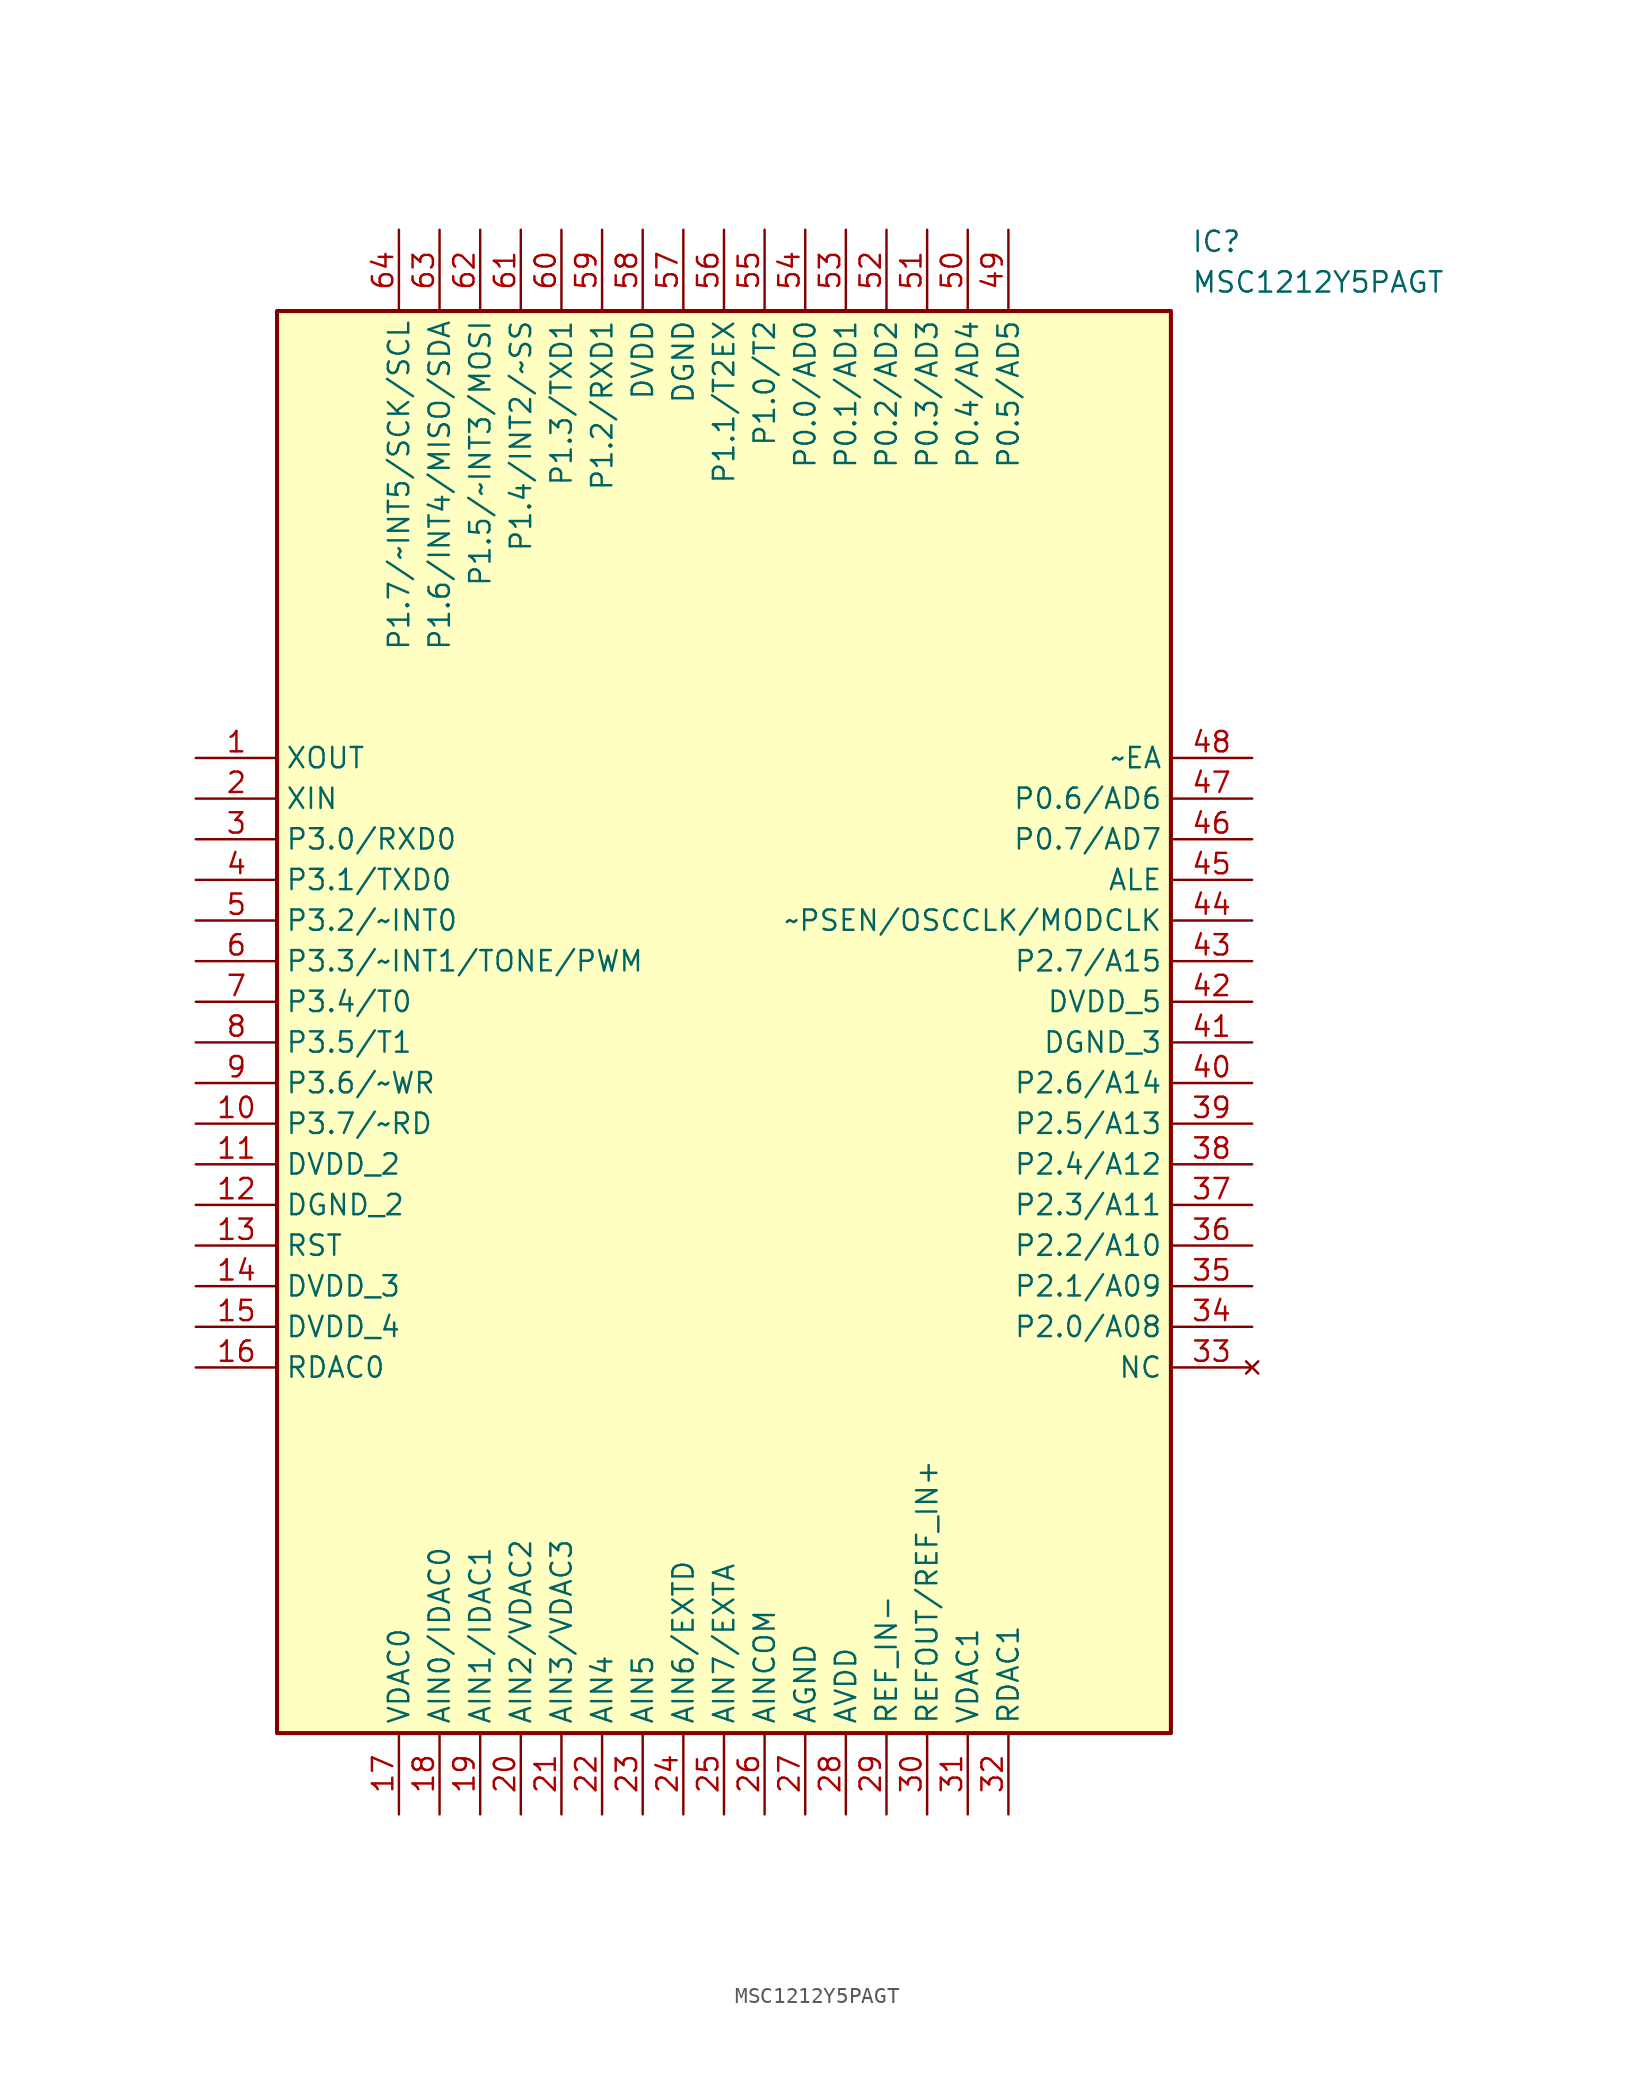
<source format=kicad_sym>
(kicad_symbol_lib
  (version 20211014)
  (generator SamacSys_ECAD_Model)
  (symbol "MSC1212Y5PAGT"
    (property "Reference" "IC"
      (at 62.23 33.02 0)
      (effects (font (size 1.27 1.27)) (justify left top)))
    (property "Value" "MSC1212Y5PAGT"
      (at 62.23 30.48 0)
      (effects (font (size 1.27 1.27)) (justify left top)))
    (rectangle
      (start 5.08 27.94)
      (end 60.96 -60.96)
      (stroke (width 0.254) (type default))
      (fill (type background)))
    (pin passive line
      (at 0 0 0)
      (length 5.08)
      (name "XOUT" (effects (font (size 1.27 1.27))))
      (number "1" (effects (font (size 1.27 1.27)))))
    (pin passive line
      (at 0 -2.54 0)
      (length 5.08)
      (name "XIN" (effects (font (size 1.27 1.27))))
      (number "2" (effects (font (size 1.27 1.27)))))
    (pin passive line
      (at 0 -5.08 0)
      (length 5.08)
      (name "P3.0/RXD0" (effects (font (size 1.27 1.27))))
      (number "3" (effects (font (size 1.27 1.27)))))
    (pin passive line
      (at 0 -7.62 0)
      (length 5.08)
      (name "P3.1/TXD0" (effects (font (size 1.27 1.27))))
      (number "4" (effects (font (size 1.27 1.27)))))
    (pin passive line
      (at 0 -10.16 0)
      (length 5.08)
      (name "P3.2/~INT0" (effects (font (size 1.27 1.27))))
      (number "5" (effects (font (size 1.27 1.27)))))
    (pin passive line
      (at 0 -12.7 0)
      (length 5.08)
      (name "P3.3/~INT1/TONE/PWM" (effects (font (size 1.27 1.27))))
      (number "6" (effects (font (size 1.27 1.27)))))
    (pin passive line
      (at 0 -15.24 0)
      (length 5.08)
      (name "P3.4/T0" (effects (font (size 1.27 1.27))))
      (number "7" (effects (font (size 1.27 1.27)))))
    (pin passive line
      (at 0 -17.78 0)
      (length 5.08)
      (name "P3.5/T1" (effects (font (size 1.27 1.27))))
      (number "8" (effects (font (size 1.27 1.27)))))
    (pin passive line
      (at 0 -20.32 0)
      (length 5.08)
      (name "P3.6/~WR" (effects (font (size 1.27 1.27))))
      (number "9" (effects (font (size 1.27 1.27)))))
    (pin passive line
      (at 0 -22.86 0)
      (length 5.08)
      (name "P3.7/~RD" (effects (font (size 1.27 1.27))))
      (number "10" (effects (font (size 1.27 1.27)))))
    (pin passive line
      (at 0 -25.4 0)
      (length 5.08)
      (name "DVDD_2" (effects (font (size 1.27 1.27))))
      (number "11" (effects (font (size 1.27 1.27)))))
    (pin passive line
      (at 0 -27.94 0)
      (length 5.08)
      (name "DGND_2" (effects (font (size 1.27 1.27))))
      (number "12" (effects (font (size 1.27 1.27)))))
    (pin passive line
      (at 0 -30.48 0)
      (length 5.08)
      (name "RST" (effects (font (size 1.27 1.27))))
      (number "13" (effects (font (size 1.27 1.27)))))
    (pin passive line
      (at 0 -33.02 0)
      (length 5.08)
      (name "DVDD_3" (effects (font (size 1.27 1.27))))
      (number "14" (effects (font (size 1.27 1.27)))))
    (pin passive line
      (at 0 -35.56 0)
      (length 5.08)
      (name "DVDD_4" (effects (font (size 1.27 1.27))))
      (number "15" (effects (font (size 1.27 1.27)))))
    (pin passive line
      (at 0 -38.1 0)
      (length 5.08)
      (name "RDAC0" (effects (font (size 1.27 1.27))))
      (number "16" (effects (font (size 1.27 1.27)))))
    (pin passive line
      (at 12.7 -66.04 90)
      (length 5.08)
      (name "VDAC0" (effects (font (size 1.27 1.27))))
      (number "17" (effects (font (size 1.27 1.27)))))
    (pin passive line
      (at 15.24 -66.04 90)
      (length 5.08)
      (name "AIN0/IDAC0" (effects (font (size 1.27 1.27))))
      (number "18" (effects (font (size 1.27 1.27)))))
    (pin passive line
      (at 17.78 -66.04 90)
      (length 5.08)
      (name "AIN1/IDAC1" (effects (font (size 1.27 1.27))))
      (number "19" (effects (font (size 1.27 1.27)))))
    (pin passive line
      (at 20.32 -66.04 90)
      (length 5.08)
      (name "AIN2/VDAC2" (effects (font (size 1.27 1.27))))
      (number "20" (effects (font (size 1.27 1.27)))))
    (pin passive line
      (at 22.86 -66.04 90)
      (length 5.08)
      (name "AIN3/VDAC3" (effects (font (size 1.27 1.27))))
      (number "21" (effects (font (size 1.27 1.27)))))
    (pin passive line
      (at 25.4 -66.04 90)
      (length 5.08)
      (name "AIN4" (effects (font (size 1.27 1.27))))
      (number "22" (effects (font (size 1.27 1.27)))))
    (pin passive line
      (at 27.94 -66.04 90)
      (length 5.08)
      (name "AIN5" (effects (font (size 1.27 1.27))))
      (number "23" (effects (font (size 1.27 1.27)))))
    (pin passive line
      (at 30.48 -66.04 90)
      (length 5.08)
      (name "AIN6/EXTD" (effects (font (size 1.27 1.27))))
      (number "24" (effects (font (size 1.27 1.27)))))
    (pin passive line
      (at 33.02 -66.04 90)
      (length 5.08)
      (name "AIN7/EXTA" (effects (font (size 1.27 1.27))))
      (number "25" (effects (font (size 1.27 1.27)))))
    (pin passive line
      (at 35.56 -66.04 90)
      (length 5.08)
      (name "AINCOM" (effects (font (size 1.27 1.27))))
      (number "26" (effects (font (size 1.27 1.27)))))
    (pin passive line
      (at 38.1 -66.04 90)
      (length 5.08)
      (name "AGND" (effects (font (size 1.27 1.27))))
      (number "27" (effects (font (size 1.27 1.27)))))
    (pin passive line
      (at 40.64 -66.04 90)
      (length 5.08)
      (name "AVDD" (effects (font (size 1.27 1.27))))
      (number "28" (effects (font (size 1.27 1.27)))))
    (pin passive line
      (at 43.18 -66.04 90)
      (length 5.08)
      (name "REF_IN-" (effects (font (size 1.27 1.27))))
      (number "29" (effects (font (size 1.27 1.27)))))
    (pin passive line
      (at 45.72 -66.04 90)
      (length 5.08)
      (name "REFOUT/REF_IN+" (effects (font (size 1.27 1.27))))
      (number "30" (effects (font (size 1.27 1.27)))))
    (pin passive line
      (at 48.26 -66.04 90)
      (length 5.08)
      (name "VDAC1" (effects (font (size 1.27 1.27))))
      (number "31" (effects (font (size 1.27 1.27)))))
    (pin passive line
      (at 50.8 -66.04 90)
      (length 5.08)
      (name "RDAC1" (effects (font (size 1.27 1.27))))
      (number "32" (effects (font (size 1.27 1.27)))))
    (pin no_connect line
      (at 66.04 -38.1 180)
      (length 5.08)
      (name "NC" (effects (font (size 1.27 1.27))))
      (number "33" (effects (font (size 1.27 1.27)))))
    (pin passive line
      (at 66.04 -35.56 180)
      (length 5.08)
      (name "P2.0/A08" (effects (font (size 1.27 1.27))))
      (number "34" (effects (font (size 1.27 1.27)))))
    (pin passive line
      (at 66.04 -33.02 180)
      (length 5.08)
      (name "P2.1/A09" (effects (font (size 1.27 1.27))))
      (number "35" (effects (font (size 1.27 1.27)))))
    (pin passive line
      (at 66.04 -30.48 180)
      (length 5.08)
      (name "P2.2/A10" (effects (font (size 1.27 1.27))))
      (number "36" (effects (font (size 1.27 1.27)))))
    (pin passive line
      (at 66.04 -27.94 180)
      (length 5.08)
      (name "P2.3/A11" (effects (font (size 1.27 1.27))))
      (number "37" (effects (font (size 1.27 1.27)))))
    (pin passive line
      (at 66.04 -25.4 180)
      (length 5.08)
      (name "P2.4/A12" (effects (font (size 1.27 1.27))))
      (number "38" (effects (font (size 1.27 1.27)))))
    (pin passive line
      (at 66.04 -22.86 180)
      (length 5.08)
      (name "P2.5/A13" (effects (font (size 1.27 1.27))))
      (number "39" (effects (font (size 1.27 1.27)))))
    (pin passive line
      (at 66.04 -20.32 180)
      (length 5.08)
      (name "P2.6/A14" (effects (font (size 1.27 1.27))))
      (number "40" (effects (font (size 1.27 1.27)))))
    (pin passive line
      (at 66.04 -17.78 180)
      (length 5.08)
      (name "DGND_3" (effects (font (size 1.27 1.27))))
      (number "41" (effects (font (size 1.27 1.27)))))
    (pin passive line
      (at 66.04 -15.24 180)
      (length 5.08)
      (name "DVDD_5" (effects (font (size 1.27 1.27))))
      (number "42" (effects (font (size 1.27 1.27)))))
    (pin passive line
      (at 66.04 -12.7 180)
      (length 5.08)
      (name "P2.7/A15" (effects (font (size 1.27 1.27))))
      (number "43" (effects (font (size 1.27 1.27)))))
    (pin passive line
      (at 66.04 -10.16 180)
      (length 5.08)
      (name "~PSEN/OSCCLK/MODCLK" (effects (font (size 1.27 1.27))))
      (number "44" (effects (font (size 1.27 1.27)))))
    (pin passive line
      (at 66.04 -7.62 180)
      (length 5.08)
      (name "ALE" (effects (font (size 1.27 1.27))))
      (number "45" (effects (font (size 1.27 1.27)))))
    (pin passive line
      (at 66.04 -5.08 180)
      (length 5.08)
      (name "P0.7/AD7" (effects (font (size 1.27 1.27))))
      (number "46" (effects (font (size 1.27 1.27)))))
    (pin passive line
      (at 66.04 -2.54 180)
      (length 5.08)
      (name "P0.6/AD6" (effects (font (size 1.27 1.27))))
      (number "47" (effects (font (size 1.27 1.27)))))
    (pin passive line
      (at 66.04 0 180)
      (length 5.08)
      (name "~EA" (effects (font (size 1.27 1.27))))
      (number "48" (effects (font (size 1.27 1.27)))))
    (pin passive line
      (at 50.8 33.02 270)
      (length 5.08)
      (name "P0.5/AD5" (effects (font (size 1.27 1.27))))
      (number "49" (effects (font (size 1.27 1.27)))))
    (pin passive line
      (at 48.26 33.02 270)
      (length 5.08)
      (name "P0.4/AD4" (effects (font (size 1.27 1.27))))
      (number "50" (effects (font (size 1.27 1.27)))))
    (pin passive line
      (at 45.72 33.02 270)
      (length 5.08)
      (name "P0.3/AD3" (effects (font (size 1.27 1.27))))
      (number "51" (effects (font (size 1.27 1.27)))))
    (pin passive line
      (at 43.18 33.02 270)
      (length 5.08)
      (name "P0.2/AD2" (effects (font (size 1.27 1.27))))
      (number "52" (effects (font (size 1.27 1.27)))))
    (pin passive line
      (at 40.64 33.02 270)
      (length 5.08)
      (name "P0.1/AD1" (effects (font (size 1.27 1.27))))
      (number "53" (effects (font (size 1.27 1.27)))))
    (pin passive line
      (at 38.1 33.02 270)
      (length 5.08)
      (name "P0.0/AD0" (effects (font (size 1.27 1.27))))
      (number "54" (effects (font (size 1.27 1.27)))))
    (pin passive line
      (at 35.56 33.02 270)
      (length 5.08)
      (name "P1.0/T2" (effects (font (size 1.27 1.27))))
      (number "55" (effects (font (size 1.27 1.27)))))
    (pin passive line
      (at 33.02 33.02 270)
      (length 5.08)
      (name "P1.1/T2EX" (effects (font (size 1.27 1.27))))
      (number "56" (effects (font (size 1.27 1.27)))))
    (pin passive line
      (at 30.48 33.02 270)
      (length 5.08)
      (name "DGND" (effects (font (size 1.27 1.27))))
      (number "57" (effects (font (size 1.27 1.27)))))
    (pin passive line
      (at 27.94 33.02 270)
      (length 5.08)
      (name "DVDD" (effects (font (size 1.27 1.27))))
      (number "58" (effects (font (size 1.27 1.27)))))
    (pin passive line
      (at 25.4 33.02 270)
      (length 5.08)
      (name "P1.2/RXD1" (effects (font (size 1.27 1.27))))
      (number "59" (effects (font (size 1.27 1.27)))))
    (pin passive line
      (at 22.86 33.02 270)
      (length 5.08)
      (name "P1.3/TXD1" (effects (font (size 1.27 1.27))))
      (number "60" (effects (font (size 1.27 1.27)))))
    (pin passive line
      (at 20.32 33.02 270)
      (length 5.08)
      (name "P1.4/INT2/~SS" (effects (font (size 1.27 1.27))))
      (number "61" (effects (font (size 1.27 1.27)))))
    (pin passive line
      (at 17.78 33.02 270)
      (length 5.08)
      (name "P1.5/~INT3/MOSI" (effects (font (size 1.27 1.27))))
      (number "62" (effects (font (size 1.27 1.27)))))
    (pin passive line
      (at 15.24 33.02 270)
      (length 5.08)
      (name "P1.6/INT4/MISO/SDA" (effects (font (size 1.27 1.27))))
      (number "63" (effects (font (size 1.27 1.27)))))
    (pin passive line
      (at 12.7 33.02 270)
      (length 5.08)
      (name "P1.7/~INT5/SCK/SCL" (effects (font (size 1.27 1.27))))
      (number "64" (effects (font (size 1.27 1.27)))))))
</source>
